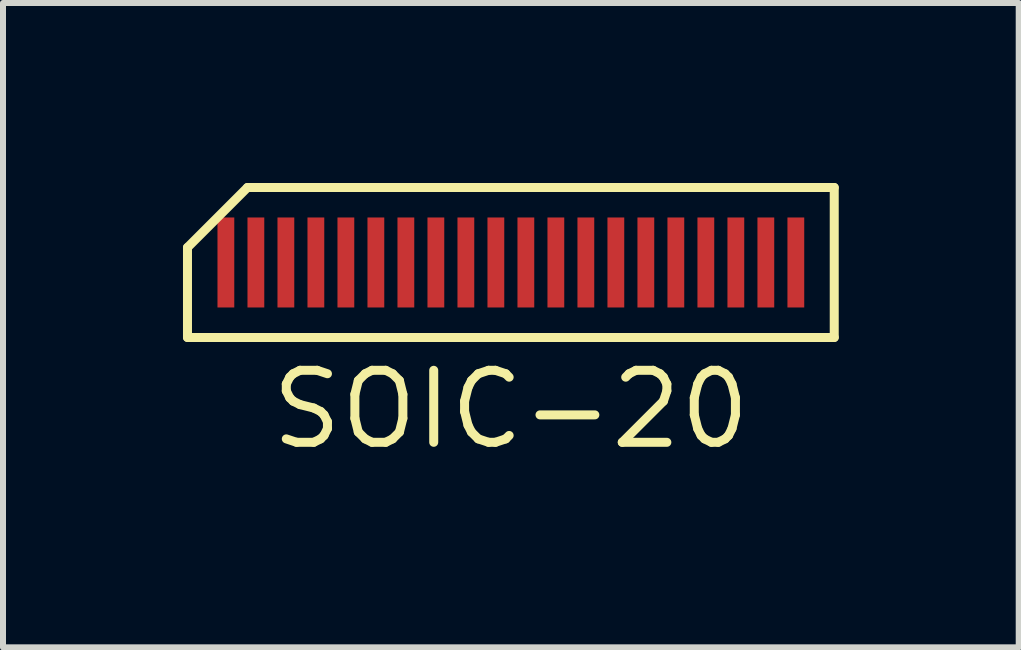
<source format=kicad_pcb>
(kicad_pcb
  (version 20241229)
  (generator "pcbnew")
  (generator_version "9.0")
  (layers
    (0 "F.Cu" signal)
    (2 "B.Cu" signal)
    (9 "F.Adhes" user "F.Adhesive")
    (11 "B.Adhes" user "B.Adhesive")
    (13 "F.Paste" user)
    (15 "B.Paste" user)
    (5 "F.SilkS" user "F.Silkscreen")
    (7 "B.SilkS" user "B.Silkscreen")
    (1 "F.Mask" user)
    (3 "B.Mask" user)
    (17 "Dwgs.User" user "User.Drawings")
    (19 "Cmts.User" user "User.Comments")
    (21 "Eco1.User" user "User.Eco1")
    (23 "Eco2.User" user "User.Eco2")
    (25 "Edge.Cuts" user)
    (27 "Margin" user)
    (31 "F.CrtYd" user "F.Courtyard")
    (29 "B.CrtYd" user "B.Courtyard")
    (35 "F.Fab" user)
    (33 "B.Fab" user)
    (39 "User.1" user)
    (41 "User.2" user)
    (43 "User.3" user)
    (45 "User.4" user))
  (footprint "SOIC-20"
    (layer "F.Cu")
    (at 5.465 1.325)
    (property "Reference" "SOIC-20" (at 0 2.45 0) (layer "F.SilkS") (effects (font (size 1.2 1.2) (thickness 0.15))))
    (attr through_hole)
    (fp_line (start -5.39 -0.25) (end -5.39 1.25) (stroke (width 0.15) (type solid)) (layer "F.SilkS"))
    (fp_line (start -5.39 1.25) (end 5.39 1.25) (stroke (width 0.15) (type solid)) (layer "F.SilkS"))
    (fp_line (start -4.39 -1.25) (end -5.39 -0.25) (stroke (width 0.15) (type solid)) (layer "F.SilkS"))
    (fp_line (start 5.39 -1.25) (end -4.39 -1.25) (stroke (width 0.15) (type solid)) (layer "F.SilkS"))
    (fp_line (start 5.39 1.25) (end 5.39 -1.25) (stroke (width 0.15) (type solid)) (layer "F.SilkS"))
    (pad "1" smd rect (at -4.75 0) (size 0.28 1.5) (layers "F.Cu" "F.Mask" "F.Paste"))
    (pad "2" smd rect (at -4.25 0) (size 0.28 1.5) (layers "F.Cu" "F.Mask" "F.Paste"))
    (pad "3" smd rect (at -3.75 0) (size 0.28 1.5) (layers "F.Cu" "F.Mask" "F.Paste"))
    (pad "4" smd rect (at -3.25 0) (size 0.28 1.5) (layers "F.Cu" "F.Mask" "F.Paste"))
    (pad "5" smd rect (at -2.75 0) (size 0.28 1.5) (layers "F.Cu" "F.Mask" "F.Paste"))
    (pad "6" smd rect (at -2.25 0) (size 0.28 1.5) (layers "F.Cu" "F.Mask" "F.Paste"))
    (pad "7" smd rect (at -1.75 0) (size 0.28 1.5) (layers "F.Cu" "F.Mask" "F.Paste"))
    (pad "8" smd rect (at -1.25 0) (size 0.28 1.5) (layers "F.Cu" "F.Mask" "F.Paste"))
    (pad "9" smd rect (at -0.75 0) (size 0.28 1.5) (layers "F.Cu" "F.Mask" "F.Paste"))
    (pad "10" smd rect (at -0.25 0) (size 0.28 1.5) (layers "F.Cu" "F.Mask" "F.Paste"))
    (pad "11" smd rect (at 0.25 0) (size 0.28 1.5) (layers "F.Cu" "F.Mask" "F.Paste"))
    (pad "12" smd rect (at 0.75 0) (size 0.28 1.5) (layers "F.Cu" "F.Mask" "F.Paste"))
    (pad "13" smd rect (at 1.25 0) (size 0.28 1.5) (layers "F.Cu" "F.Mask" "F.Paste"))
    (pad "14" smd rect (at 1.75 0) (size 0.28 1.5) (layers "F.Cu" "F.Mask" "F.Paste"))
    (pad "15" smd rect (at 2.25 0) (size 0.28 1.5) (layers "F.Cu" "F.Mask" "F.Paste"))
    (pad "16" smd rect (at 2.75 0) (size 0.28 1.5) (layers "F.Cu" "F.Mask" "F.Paste"))
    (pad "17" smd rect (at 3.25 0) (size 0.28 1.5) (layers "F.Cu" "F.Mask" "F.Paste"))
    (pad "18" smd rect (at 3.75 0) (size 0.28 1.5) (layers "F.Cu" "F.Mask" "F.Paste"))
    (pad "19" smd rect (at 4.25 0) (size 0.28 1.5) (layers "F.Cu" "F.Mask" "F.Paste"))
    (pad "20" smd rect (at 4.75 0) (size 0.28 1.5) (layers "F.Cu" "F.Mask" "F.Paste")))
  (gr_rect
    (start -3 -3)
    (end 13.93 7.74)
    (stroke (width 0.1) (type default))
    (fill no)
    (layer "Edge.Cuts")))
</source>
